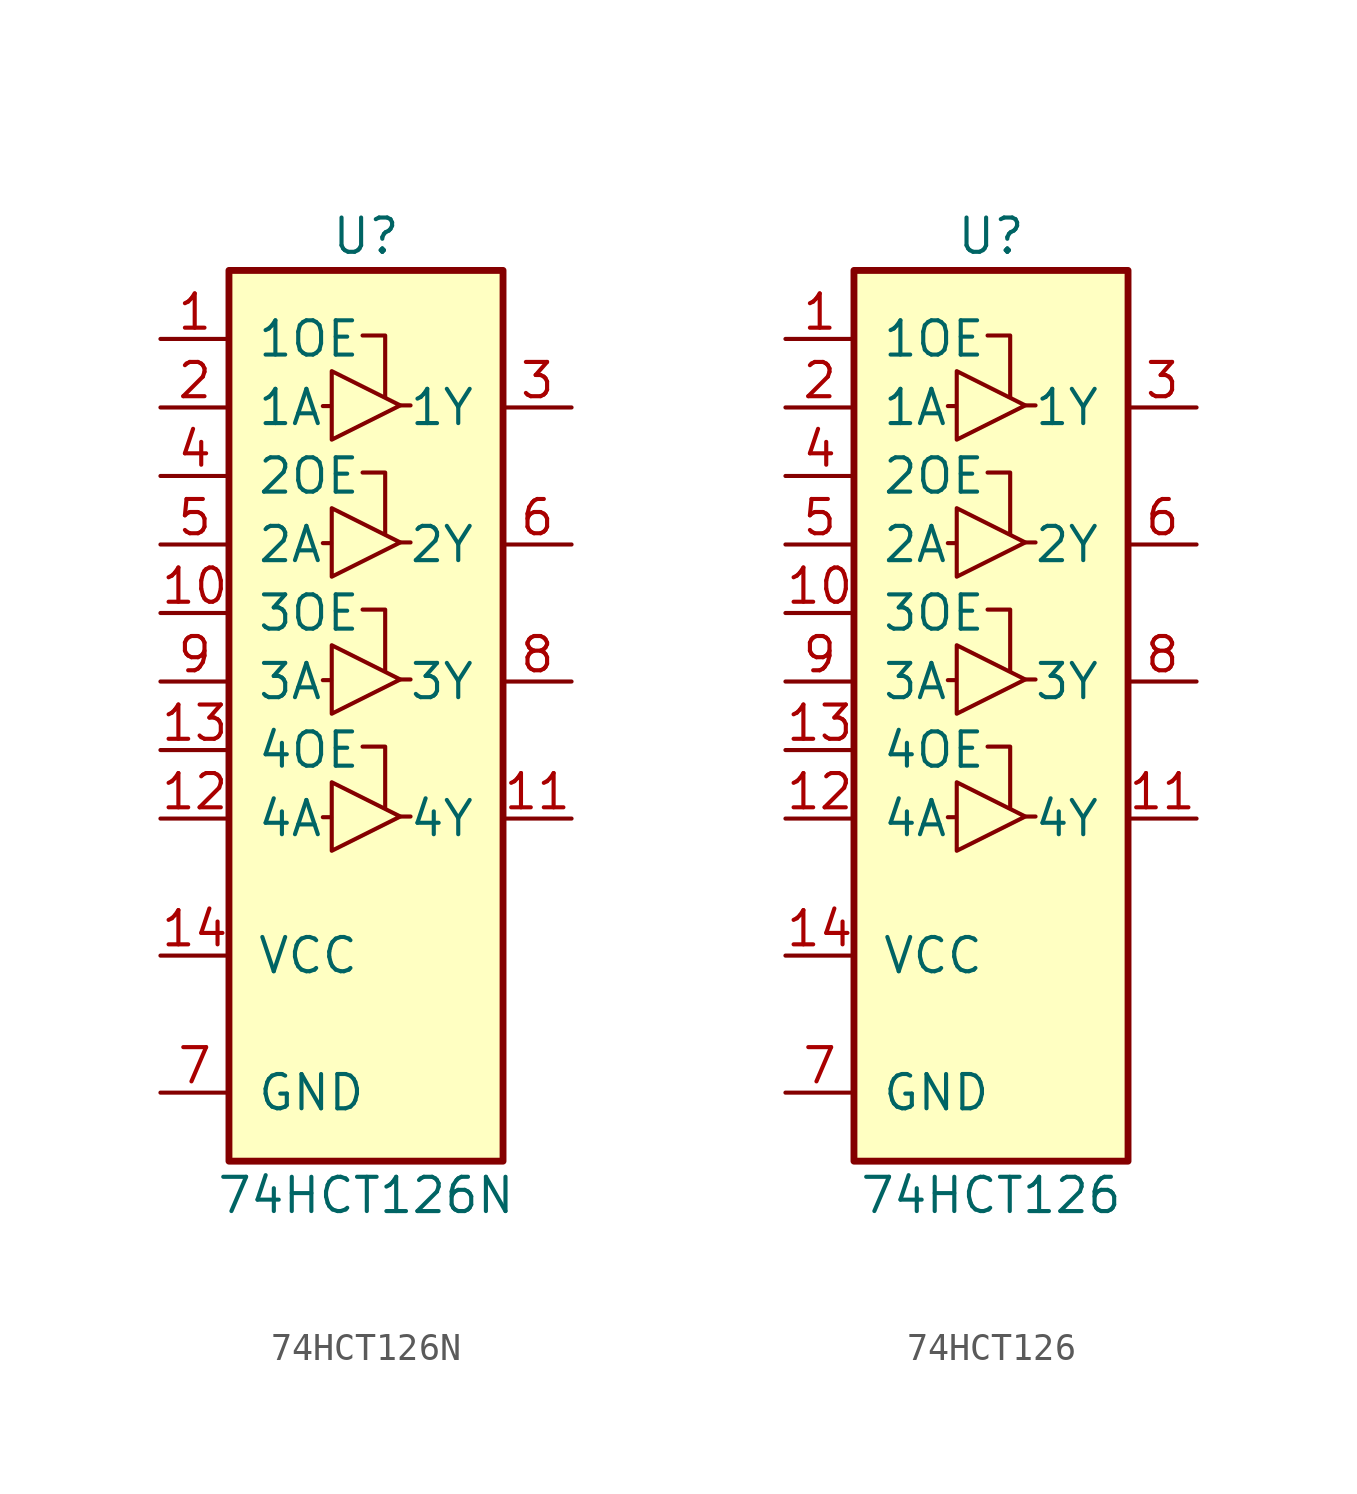
<source format=kicad_sym>
(kicad_symbol_lib
  (version 20211014)
  (generator kicad_symbol_editor)
  (symbol "74HCT126N"
    (pin_names
      (offset 1.016))
    (property "Reference" "U"
      (at 0 16.51 0)
      (effects (font (size 1.27 1.27))))
    (property "Value" "74HCT126N"
      (at 0 -19.05 0)
      (effects (font (size 1.27 1.27))))
    (symbol "74HCT126N_0_1"
      (polyline (pts (xy -1.295 10.211) (xy -1.6 10.211)) (stroke (width 0) (type default) (color 0 0 0 0)) (fill (type none)))
      (polyline (pts (xy 1.295 10.236) (xy 1.651 10.236)) (stroke (width 0) (type default) (color 0 0 0 0)) (fill (type none)))
      (polyline (pts (xy 0.711 10.566) (xy 0.711 12.827) (xy -0.127 12.827) (xy -0.102 12.827)) (stroke (width 0) (type default) (color 0 0 0 0)) (fill (type none))))
    (symbol "74HCT126N_1_0"
      (polyline (pts (xy 1.27 10.236) (xy -1.27 11.506) (xy -1.27 8.966) (xy 1.27 10.236)) (stroke (width 0.152) (type default) (color 0 0 0 0)) (fill (type none)))
      (pin input line (at -7.62 12.7 0) (length 2.54) (name "1OE" (effects (font (size 1.27 1.27)))) (number "1" (effects (font (size 1.27 1.27)))))
      (pin input line (at -7.62 2.54 0) (length 2.54) (name "3OE" (effects (font (size 1.27 1.27)))) (number "10" (effects (font (size 1.27 1.27)))))
      (pin tri_state line (at 7.62 -5.08 180) (length 2.54) (name "4Y" (effects (font (size 1.27 1.27)))) (number "11" (effects (font (size 1.27 1.27)))))
      (pin input line (at -7.62 -5.08 0) (length 2.54) (name "4A" (effects (font (size 1.27 1.27)))) (number "12" (effects (font (size 1.27 1.27)))))
      (pin input line (at -7.62 -2.54 0) (length 2.54) (name "4OE" (effects (font (size 1.27 1.27)))) (number "13" (effects (font (size 1.27 1.27)))))
      (pin power_in line (at -7.62 -10.16 0) (length 2.54) (name "VCC" (effects (font (size 1.27 1.27)))) (number "14" (effects (font (size 1.27 1.27)))))
      (pin input line (at -7.62 10.16 0) (length 2.54) (name "1A" (effects (font (size 1.27 1.27)))) (number "2" (effects (font (size 1.27 1.27)))))
      (pin tri_state line (at 7.62 10.16 180) (length 2.54) (name "1Y" (effects (font (size 1.27 1.27)))) (number "3" (effects (font (size 1.27 1.27)))))
      (pin input line (at -7.62 7.62 0) (length 2.54) (name "2OE" (effects (font (size 1.27 1.27)))) (number "4" (effects (font (size 1.27 1.27)))))
      (pin input line (at -7.62 5.08 0) (length 2.54) (name "2A" (effects (font (size 1.27 1.27)))) (number "5" (effects (font (size 1.27 1.27)))))
      (pin tri_state line (at 7.62 5.08 180) (length 2.54) (name "2Y" (effects (font (size 1.27 1.27)))) (number "6" (effects (font (size 1.27 1.27)))))
      (pin power_in line (at -7.62 -15.24 0) (length 2.54) (name "GND" (effects (font (size 1.27 1.27)))) (number "7" (effects (font (size 1.27 1.27)))))
      (pin tri_state line (at 7.62 0 180) (length 2.54) (name "3Y" (effects (font (size 1.27 1.27)))) (number "8" (effects (font (size 1.27 1.27)))))
      (pin input line (at -7.62 0 0) (length 2.54) (name "3A" (effects (font (size 1.27 1.27)))) (number "9" (effects (font (size 1.27 1.27))))))
    (symbol "74HCT126N_1_1"
      (rectangle (start -5.08 15.24) (end 5.08 -17.78) (stroke (width 0.254) (type default) (color 0 0 0 0)) (fill (type background)))
      (polyline (pts (xy -1.295 -5.029) (xy -1.6 -5.029)) (stroke (width 0) (type default) (color 0 0 0 0)) (fill (type none)))
      (polyline (pts (xy -1.295 0.051) (xy -1.6 0.051)) (stroke (width 0) (type default) (color 0 0 0 0)) (fill (type none)))
      (polyline (pts (xy -1.295 5.131) (xy -1.6 5.131)) (stroke (width 0) (type default) (color 0 0 0 0)) (fill (type none)))
      (polyline (pts (xy 1.295 -5.004) (xy 1.651 -5.004)) (stroke (width 0) (type default) (color 0 0 0 0)) (fill (type none)))
      (polyline (pts (xy 1.295 0.076) (xy 1.651 0.076)) (stroke (width 0) (type default) (color 0 0 0 0)) (fill (type none)))
      (polyline (pts (xy 1.295 5.156) (xy 1.651 5.156)) (stroke (width 0) (type default) (color 0 0 0 0)) (fill (type none)))
      (polyline (pts (xy 0.711 -4.674) (xy 0.711 -2.413) (xy -0.127 -2.413) (xy -0.102 -2.413)) (stroke (width 0) (type default) (color 0 0 0 0)) (fill (type none)))
      (polyline (pts (xy 0.711 0.406) (xy 0.711 2.667) (xy -0.127 2.667) (xy -0.102 2.667)) (stroke (width 0) (type default) (color 0 0 0 0)) (fill (type none)))
      (polyline (pts (xy 0.711 5.486) (xy 0.711 7.747) (xy -0.127 7.747) (xy -0.102 7.747)) (stroke (width 0) (type default) (color 0 0 0 0)) (fill (type none)))
      (polyline (pts (xy 1.27 -5.004) (xy -1.27 -3.734) (xy -1.27 -6.274) (xy 1.27 -5.004)) (stroke (width 0.152) (type default) (color 0 0 0 0)) (fill (type none)))
      (polyline (pts (xy 1.27 0.076) (xy -1.27 1.346) (xy -1.27 -1.194) (xy 1.27 0.076)) (stroke (width 0.152) (type default) (color 0 0 0 0)) (fill (type none)))
      (polyline (pts (xy 1.27 5.156) (xy -1.27 6.426) (xy -1.27 3.886) (xy 1.27 5.156)) (stroke (width 0.152) (type default) (color 0 0 0 0)) (fill (type none)))))
  (symbol "74HCT126"
    (pin_names
      (offset 1.016))
    (property "Reference" "U"
      (at 0 16.51 0)
      (effects (font (size 1.27 1.27))))
    (property "Value" "74HCT126"
      (at 0 -19.05 0)
      (effects (font (size 1.27 1.27))))
    (symbol "74HCT126_0_1"
      (polyline (pts (xy -1.295 10.211) (xy -1.6 10.211)) (stroke (width 0) (type default) (color 0 0 0 0)) (fill (type none)))
      (polyline (pts (xy 1.295 10.236) (xy 1.651 10.236)) (stroke (width 0) (type default) (color 0 0 0 0)) (fill (type none)))
      (polyline (pts (xy 0.711 10.566) (xy 0.711 12.827) (xy -0.127 12.827) (xy -0.102 12.827)) (stroke (width 0) (type default) (color 0 0 0 0)) (fill (type none))))
    (symbol "74HCT126_1_0"
      (polyline (pts (xy 1.27 10.236) (xy -1.27 11.506) (xy -1.27 8.966) (xy 1.27 10.236)) (stroke (width 0.152) (type default) (color 0 0 0 0)) (fill (type none)))
      (pin input line (at -7.62 12.7 0) (length 2.54) (name "1OE" (effects (font (size 1.27 1.27)))) (number "1" (effects (font (size 1.27 1.27)))))
      (pin input line (at -7.62 2.54 0) (length 2.54) (name "3OE" (effects (font (size 1.27 1.27)))) (number "10" (effects (font (size 1.27 1.27)))))
      (pin tri_state line (at 7.62 -5.08 180) (length 2.54) (name "4Y" (effects (font (size 1.27 1.27)))) (number "11" (effects (font (size 1.27 1.27)))))
      (pin input line (at -7.62 -5.08 0) (length 2.54) (name "4A" (effects (font (size 1.27 1.27)))) (number "12" (effects (font (size 1.27 1.27)))))
      (pin input line (at -7.62 -2.54 0) (length 2.54) (name "4OE" (effects (font (size 1.27 1.27)))) (number "13" (effects (font (size 1.27 1.27)))))
      (pin power_in line (at -7.62 -10.16 0) (length 2.54) (name "VCC" (effects (font (size 1.27 1.27)))) (number "14" (effects (font (size 1.27 1.27)))))
      (pin input line (at -7.62 10.16 0) (length 2.54) (name "1A" (effects (font (size 1.27 1.27)))) (number "2" (effects (font (size 1.27 1.27)))))
      (pin tri_state line (at 7.62 10.16 180) (length 2.54) (name "1Y" (effects (font (size 1.27 1.27)))) (number "3" (effects (font (size 1.27 1.27)))))
      (pin input line (at -7.62 7.62 0) (length 2.54) (name "2OE" (effects (font (size 1.27 1.27)))) (number "4" (effects (font (size 1.27 1.27)))))
      (pin input line (at -7.62 5.08 0) (length 2.54) (name "2A" (effects (font (size 1.27 1.27)))) (number "5" (effects (font (size 1.27 1.27)))))
      (pin tri_state line (at 7.62 5.08 180) (length 2.54) (name "2Y" (effects (font (size 1.27 1.27)))) (number "6" (effects (font (size 1.27 1.27)))))
      (pin power_in line (at -7.62 -15.24 0) (length 2.54) (name "GND" (effects (font (size 1.27 1.27)))) (number "7" (effects (font (size 1.27 1.27)))))
      (pin tri_state line (at 7.62 0 180) (length 2.54) (name "3Y" (effects (font (size 1.27 1.27)))) (number "8" (effects (font (size 1.27 1.27)))))
      (pin input line (at -7.62 0 0) (length 2.54) (name "3A" (effects (font (size 1.27 1.27)))) (number "9" (effects (font (size 1.27 1.27))))))
    (symbol "74HCT126_1_1"
      (rectangle (start -5.08 15.24) (end 5.08 -17.78) (stroke (width 0.254) (type default) (color 0 0 0 0)) (fill (type background)))
      (polyline (pts (xy -1.295 -5.029) (xy -1.6 -5.029)) (stroke (width 0) (type default) (color 0 0 0 0)) (fill (type none)))
      (polyline (pts (xy -1.295 0.051) (xy -1.6 0.051)) (stroke (width 0) (type default) (color 0 0 0 0)) (fill (type none)))
      (polyline (pts (xy -1.295 5.131) (xy -1.6 5.131)) (stroke (width 0) (type default) (color 0 0 0 0)) (fill (type none)))
      (polyline (pts (xy 1.295 -5.004) (xy 1.651 -5.004)) (stroke (width 0) (type default) (color 0 0 0 0)) (fill (type none)))
      (polyline (pts (xy 1.295 0.076) (xy 1.651 0.076)) (stroke (width 0) (type default) (color 0 0 0 0)) (fill (type none)))
      (polyline (pts (xy 1.295 5.156) (xy 1.651 5.156)) (stroke (width 0) (type default) (color 0 0 0 0)) (fill (type none)))
      (polyline (pts (xy 0.711 -4.674) (xy 0.711 -2.413) (xy -0.127 -2.413) (xy -0.102 -2.413)) (stroke (width 0) (type default) (color 0 0 0 0)) (fill (type none)))
      (polyline (pts (xy 0.711 0.406) (xy 0.711 2.667) (xy -0.127 2.667) (xy -0.102 2.667)) (stroke (width 0) (type default) (color 0 0 0 0)) (fill (type none)))
      (polyline (pts (xy 0.711 5.486) (xy 0.711 7.747) (xy -0.127 7.747) (xy -0.102 7.747)) (stroke (width 0) (type default) (color 0 0 0 0)) (fill (type none)))
      (polyline (pts (xy 1.27 -5.004) (xy -1.27 -3.734) (xy -1.27 -6.274) (xy 1.27 -5.004)) (stroke (width 0.152) (type default) (color 0 0 0 0)) (fill (type none)))
      (polyline (pts (xy 1.27 0.076) (xy -1.27 1.346) (xy -1.27 -1.194) (xy 1.27 0.076)) (stroke (width 0.152) (type default) (color 0 0 0 0)) (fill (type none)))
      (polyline (pts (xy 1.27 5.156) (xy -1.27 6.426) (xy -1.27 3.886) (xy 1.27 5.156)) (stroke (width 0.152) (type default) (color 0 0 0 0)) (fill (type none))))))
</source>
